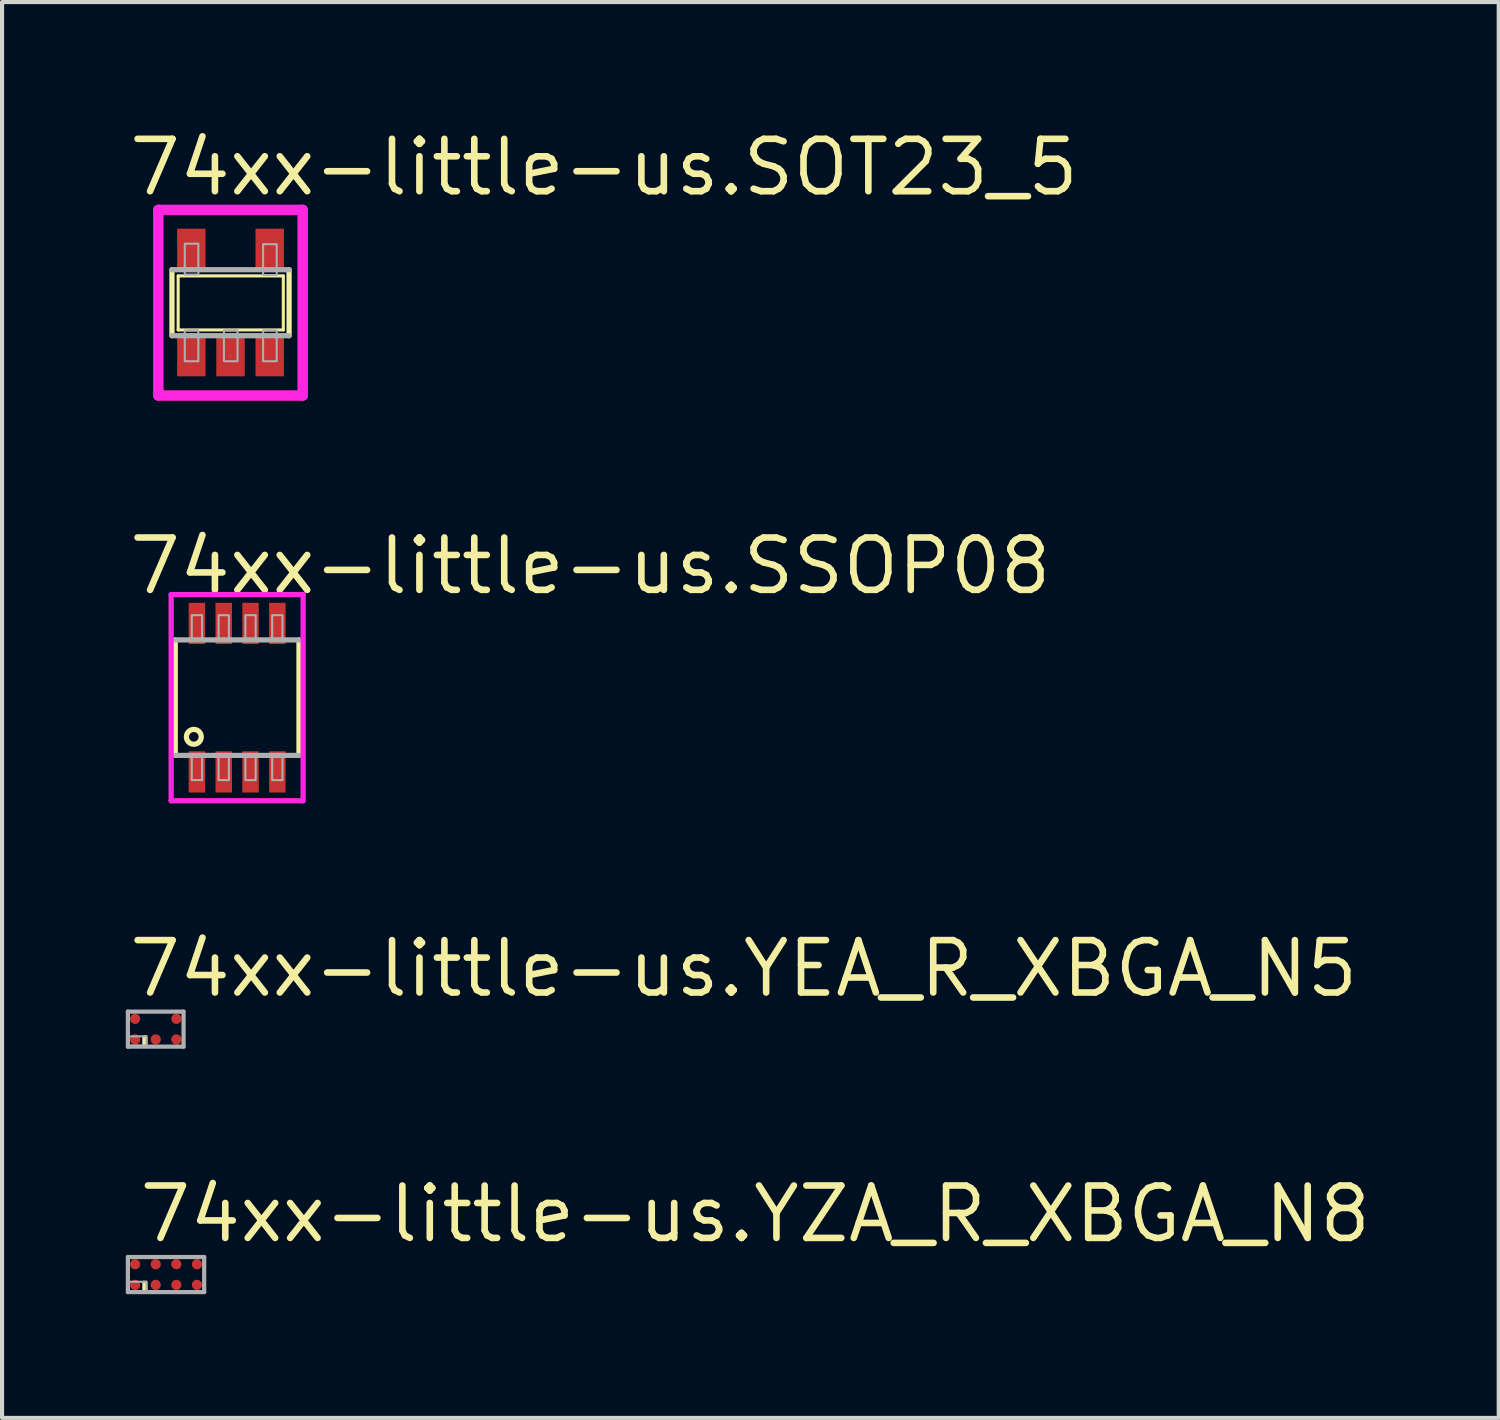
<source format=kicad_pcb>
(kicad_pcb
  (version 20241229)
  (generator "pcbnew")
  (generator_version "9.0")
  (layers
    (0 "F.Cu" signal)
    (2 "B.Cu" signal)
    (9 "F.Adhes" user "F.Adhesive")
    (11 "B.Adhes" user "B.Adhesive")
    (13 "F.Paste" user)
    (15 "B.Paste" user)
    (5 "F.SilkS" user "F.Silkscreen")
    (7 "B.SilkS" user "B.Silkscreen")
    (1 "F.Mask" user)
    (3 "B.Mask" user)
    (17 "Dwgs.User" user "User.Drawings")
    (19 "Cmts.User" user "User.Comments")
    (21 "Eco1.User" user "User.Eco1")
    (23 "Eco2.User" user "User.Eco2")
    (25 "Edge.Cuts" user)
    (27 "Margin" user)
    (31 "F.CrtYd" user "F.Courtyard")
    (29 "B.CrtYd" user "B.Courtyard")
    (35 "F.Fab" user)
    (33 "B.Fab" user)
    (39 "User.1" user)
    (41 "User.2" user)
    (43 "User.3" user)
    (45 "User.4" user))
  (footprint "74xx-little-us.YEA_R_XBGA_N5"
    (layer "F.Cu")
    (at 0.726 21.905)
    (property "Reference" "74xx-little-us.YEA_R_XBGA_N5" (at -0.725 -0.725 0) (layer "F.SilkS") (effects (font (size 1.27 1.27) (thickness 0.16)) (justify left bottom)))
    (attr smd)
    (fp_circle (center -0.5 -0.25) (end -0.325 -0.25) (stroke (width 0.1) (type default)) (fill no) (layer "F.Mask"))
    (fp_circle (center -0.5 0.25) (end -0.325 0.25) (stroke (width 0.1) (type default)) (fill no) (layer "F.Mask"))
    (fp_circle (center 0 0.25) (end 0.175 0.25) (stroke (width 0.1) (type default)) (fill no) (layer "F.Mask"))
    (fp_circle (center 0.5 -0.25) (end 0.675 -0.25) (stroke (width 0.1) (type default)) (fill no) (layer "F.Mask"))
    (fp_circle (center 0.5 0.25) (end 0.675 0.25) (stroke (width 0.1) (type default)) (fill no) (layer "F.Mask"))
    (fp_rect (start -0.3 0.375) (end -0.225 0.175) (stroke (width 0.05) (type default)) (fill yes) (layer "F.SilkS"))
    (fp_line (start -0.675 -0.425) (end 0.675 -0.425) (stroke (width 0.102) (type default)) (layer "F.Fab"))
    (fp_line (start -0.675 0.425) (end -0.675 -0.425) (stroke (width 0.102) (type default)) (layer "F.Fab"))
    (fp_line (start 0.675 -0.425) (end 0.675 0.425) (stroke (width 0.102) (type default)) (layer "F.Fab"))
    (fp_line (start 0.675 0.425) (end -0.675 0.425) (stroke (width 0.102) (type default)) (layer "F.Fab"))
    (fp_rect (start -0.675 0.4) (end -0.225 0.175) (stroke (width 0.05) (type default)) (fill no) (layer "F.Fab"))
    (pad "A1" smd roundrect (at -0.5 0.25) (size 0.25 0.25) (layers "F.Cu" "F.Mask" "F.Paste") (roundrect_rratio 0.5))
    (pad "A2" smd roundrect (at -0.5 -0.25) (size 0.25 0.25) (layers "F.Cu" "F.Mask" "F.Paste") (roundrect_rratio 0.5))
    (pad "B1" smd roundrect (at 0 0.25) (size 0.25 0.25) (layers "F.Cu" "F.Mask" "F.Paste") (roundrect_rratio 0.5))
    (pad "C1" smd roundrect (at 0.5 0.25) (size 0.25 0.25) (layers "F.Cu" "F.Mask" "F.Paste") (roundrect_rratio 0.5))
    (pad "C2" smd roundrect (at 0.5 -0.25) (size 0.25 0.25) (layers "F.Cu" "F.Mask" "F.Paste") (roundrect_rratio 0.5)))
  (footprint "74xx-little-us.SOT23_5"
    (layer "F.Cu")
    (at 2.54 4.29)
    (property "Reference" "74xx-little-us.SOT23_5" (at -2.54 -2.54 0) (layer "F.SilkS") (effects (font (size 1.27 1.27) (thickness 0.16)) (justify left bottom)))
    (attr smd)
    (fp_line (start -1.42 0.8) (end -1.42 -0.8) (stroke (width 0.127) (type default)) (layer "F.SilkS"))
    (fp_line (start -1.27 -0.65) (end 1.28 -0.65) (stroke (width 0.075) (type default)) (layer "F.SilkS"))
    (fp_line (start -1.27 0.66) (end -1.27 -0.65) (stroke (width 0.075) (type default)) (layer "F.SilkS"))
    (fp_line (start 0 1.29) (end 0 1.3) (stroke (width 0.01) (type default)) (layer "F.SilkS"))
    (fp_line (start 1.28 -0.65) (end 1.28 0.66) (stroke (width 0.075) (type default)) (layer "F.SilkS"))
    (fp_line (start 1.28 0.66) (end -1.27 0.66) (stroke (width 0.075) (type default)) (layer "F.SilkS"))
    (fp_line (start 1.42 -0.8) (end 1.42 0.8) (stroke (width 0.127) (type default)) (layer "F.SilkS"))
    (fp_line (start -1.75 -2.25) (end 1.75 -2.25) (stroke (width 0.254) (type default)) (layer "F.CrtYd"))
    (fp_line (start -1.75 2.25) (end -1.75 -2.25) (stroke (width 0.254) (type default)) (layer "F.CrtYd"))
    (fp_line (start 1.75 -2.25) (end 1.75 2.25) (stroke (width 0.254) (type default)) (layer "F.CrtYd"))
    (fp_line (start 1.75 2.25) (end -1.75 2.25) (stroke (width 0.254) (type default)) (layer "F.CrtYd"))
    (fp_line (start -1.42 -0.8) (end 1.42 -0.8) (stroke (width 0.127) (type default)) (layer "F.Fab"))
    (fp_line (start 1.42 0.8) (end -1.42 0.8) (stroke (width 0.127) (type default)) (layer "F.Fab"))
    (fp_rect (start -1.11 -0.68) (end -0.78 -1.43) (stroke (width 0.05) (type default)) (fill no) (layer "F.Fab"))
    (fp_rect (start -1.11 1.42) (end -0.78 0.67) (stroke (width 0.05) (type default)) (fill no) (layer "F.Fab"))
    (fp_rect (start -0.16 1.42) (end 0.17 0.67) (stroke (width 0.05) (type default)) (fill no) (layer "F.Fab"))
    (fp_rect (start 0.79 -0.67) (end 1.12 -1.42) (stroke (width 0.05) (type default)) (fill no) (layer "F.Fab"))
    (fp_rect (start 0.79 1.42) (end 1.12 0.67) (stroke (width 0.05) (type default)) (fill no) (layer "F.Fab"))
    (pad "1" smd roundrect (at -0.95 1.29) (size 0.69 0.99) (layers "F.Cu" "F.Mask" "F.Paste") (roundrect_rratio 0.01))
    (pad "2" smd roundrect (at 0 1.29) (size 0.69 0.99) (layers "F.Cu" "F.Mask" "F.Paste") (roundrect_rratio 0.01))
    (pad "3" smd roundrect (at 0.95 1.29) (size 0.69 0.99) (layers "F.Cu" "F.Mask" "F.Paste") (roundrect_rratio 0.01))
    (pad "4" smd roundrect (at 0.95 -1.3) (size 0.69 0.99) (layers "F.Cu" "F.Mask" "F.Paste") (roundrect_rratio 0.01))
    (pad "5" smd roundrect (at -0.95 -1.3) (size 0.69 0.99) (layers "F.Cu" "F.Mask" "F.Paste") (roundrect_rratio 0.01)))
  (footprint "74xx-little-us.SSOP08"
    (layer "F.Cu")
    (at 2.7 13.867)
    (property "Reference" "74xx-little-us.SSOP08" (at -2.7 -2.45 0) (layer "F.SilkS") (effects (font (size 1.27 1.27) (thickness 0.16)) (justify left bottom)))
    (attr smd)
    (fp_line (start -1.5 -1.4) (end -1.5 1.4) (stroke (width 0.127) (type default)) (layer "F.SilkS"))
    (fp_line (start 1.5 1.4) (end 1.5 -1.4) (stroke (width 0.127) (type default)) (layer "F.SilkS"))
    (fp_circle (center -1.05 0.95) (end -0.87 0.95) (stroke (width 0.127) (type default)) (fill no) (layer "F.SilkS"))
    (fp_line (start -1.6 -2.5) (end 1.6 -2.5) (stroke (width 0.127) (type default)) (layer "F.CrtYd"))
    (fp_line (start -1.6 2.5) (end -1.6 -2.5) (stroke (width 0.127) (type default)) (layer "F.CrtYd"))
    (fp_line (start 1.6 -2.5) (end 1.6 2.5) (stroke (width 0.127) (type default)) (layer "F.CrtYd"))
    (fp_line (start 1.6 2.5) (end -1.6 2.5) (stroke (width 0.127) (type default)) (layer "F.CrtYd"))
    (fp_line (start -1.5 1.4) (end 1.5 1.4) (stroke (width 0.127) (type default)) (layer "F.Fab"))
    (fp_line (start 1.5 -1.4) (end -1.5 -1.4) (stroke (width 0.127) (type default)) (layer "F.Fab"))
    (fp_rect (start -1.1 -1.4) (end -0.85 -2) (stroke (width 0.05) (type default)) (fill no) (layer "F.Fab"))
    (fp_rect (start -1.1 2) (end -0.85 1.4) (stroke (width 0.05) (type default)) (fill no) (layer "F.Fab"))
    (fp_rect (start -0.45 -1.4) (end -0.2 -2) (stroke (width 0.05) (type default)) (fill no) (layer "F.Fab"))
    (fp_rect (start -0.45 2) (end -0.2 1.4) (stroke (width 0.05) (type default)) (fill no) (layer "F.Fab"))
    (fp_rect (start 0.2 -1.4) (end 0.45 -2) (stroke (width 0.05) (type default)) (fill no) (layer "F.Fab"))
    (fp_rect (start 0.2 2) (end 0.45 1.4) (stroke (width 0.05) (type default)) (fill no) (layer "F.Fab"))
    (fp_rect (start 0.85 -1.4) (end 1.1 -2) (stroke (width 0.05) (type default)) (fill no) (layer "F.Fab"))
    (fp_rect (start 0.85 2) (end 1.1 1.4) (stroke (width 0.05) (type default)) (fill no) (layer "F.Fab"))
    (pad "1" smd roundrect (at -0.975 1.8) (size 0.4 1) (layers "F.Cu" "F.Mask" "F.Paste") (roundrect_rratio 0.01))
    (pad "2" smd roundrect (at -0.325 1.8) (size 0.4 1) (layers "F.Cu" "F.Mask" "F.Paste") (roundrect_rratio 0.01))
    (pad "3" smd roundrect (at 0.325 1.8) (size 0.4 1) (layers "F.Cu" "F.Mask" "F.Paste") (roundrect_rratio 0.01))
    (pad "4" smd roundrect (at 0.975 1.8) (size 0.4 1) (layers "F.Cu" "F.Mask" "F.Paste") (roundrect_rratio 0.01))
    (pad "5" smd roundrect (at 0.975 -1.8) (size 0.4 1) (layers "F.Cu" "F.Mask" "F.Paste") (roundrect_rratio 0.01))
    (pad "6" smd roundrect (at 0.325 -1.8) (size 0.4 1) (layers "F.Cu" "F.Mask" "F.Paste") (roundrect_rratio 0.01))
    (pad "7" smd roundrect (at -0.325 -1.8) (size 0.4 1) (layers "F.Cu" "F.Mask" "F.Paste") (roundrect_rratio 0.01))
    (pad "8" smd roundrect (at -0.975 -1.8) (size 0.4 1) (layers "F.Cu" "F.Mask" "F.Paste") (roundrect_rratio 0.01)))
  (footprint "74xx-little-us.YZA_R_XBGA_N8"
    (layer "F.Cu")
    (at 0.976 27.856)
    (property "Reference" "74xx-little-us.YZA_R_XBGA_N8" (at -0.725 -0.725 0) (layer "F.SilkS") (effects (font (size 1.27 1.27) (thickness 0.16)) (justify left bottom)))
    (attr smd)
    (fp_circle (center -0.75 -0.25) (end -0.575 -0.25) (stroke (width 0.1) (type default)) (fill no) (layer "F.Mask"))
    (fp_circle (center -0.75 0.25) (end -0.575 0.25) (stroke (width 0.1) (type default)) (fill no) (layer "F.Mask"))
    (fp_circle (center -0.25 -0.25) (end -0.075 -0.25) (stroke (width 0.1) (type default)) (fill no) (layer "F.Mask"))
    (fp_circle (center -0.25 0.25) (end -0.075 0.25) (stroke (width 0.1) (type default)) (fill no) (layer "F.Mask"))
    (fp_circle (center 0.25 -0.25) (end 0.425 -0.25) (stroke (width 0.1) (type default)) (fill no) (layer "F.Mask"))
    (fp_circle (center 0.25 0.25) (end 0.425 0.25) (stroke (width 0.1) (type default)) (fill no) (layer "F.Mask"))
    (fp_circle (center 0.75 -0.25) (end 0.925 -0.25) (stroke (width 0.1) (type default)) (fill no) (layer "F.Mask"))
    (fp_circle (center 0.75 0.25) (end 0.925 0.25) (stroke (width 0.1) (type default)) (fill no) (layer "F.Mask"))
    (fp_rect (start -0.55 0.375) (end -0.475 0.175) (stroke (width 0.05) (type default)) (fill yes) (layer "F.SilkS"))
    (fp_line (start -0.925 -0.425) (end 0.925 -0.425) (stroke (width 0.102) (type default)) (layer "F.Fab"))
    (fp_line (start -0.925 0.425) (end -0.925 -0.425) (stroke (width 0.102) (type default)) (layer "F.Fab"))
    (fp_line (start 0.925 -0.425) (end 0.925 0.425) (stroke (width 0.102) (type default)) (layer "F.Fab"))
    (fp_line (start 0.925 0.425) (end -0.925 0.425) (stroke (width 0.102) (type default)) (layer "F.Fab"))
    (fp_rect (start -0.925 0.4) (end -0.475 0.175) (stroke (width 0.05) (type default)) (fill no) (layer "F.Fab"))
    (pad "A1" smd roundrect (at -0.75 0.25) (size 0.25 0.25) (layers "F.Cu" "F.Mask" "F.Paste") (roundrect_rratio 0.5))
    (pad "A2" smd roundrect (at -0.75 -0.25) (size 0.25 0.25) (layers "F.Cu" "F.Mask" "F.Paste") (roundrect_rratio 0.5))
    (pad "B1" smd roundrect (at -0.25 0.25) (size 0.25 0.25) (layers "F.Cu" "F.Mask" "F.Paste") (roundrect_rratio 0.5))
    (pad "B2" smd roundrect (at -0.25 -0.25) (size 0.25 0.25) (layers "F.Cu" "F.Mask" "F.Paste") (roundrect_rratio 0.5))
    (pad "C1" smd roundrect (at 0.25 0.25) (size 0.25 0.25) (layers "F.Cu" "F.Mask" "F.Paste") (roundrect_rratio 0.5))
    (pad "C2" smd roundrect (at 0.25 -0.25) (size 0.25 0.25) (layers "F.Cu" "F.Mask" "F.Paste") (roundrect_rratio 0.5))
    (pad "D1" smd roundrect (at 0.75 0.25) (size 0.25 0.25) (layers "F.Cu" "F.Mask" "F.Paste") (roundrect_rratio 0.5))
    (pad "D2" smd roundrect (at 0.75 -0.25) (size 0.25 0.25) (layers "F.Cu" "F.Mask" "F.Paste") (roundrect_rratio 0.5)))
  (gr_rect
    (start -3 -3)
    (end 33.292 31.332)
    (stroke (width 0.1) (type default))
    (fill no)
    (layer "Edge.Cuts")))
</source>
